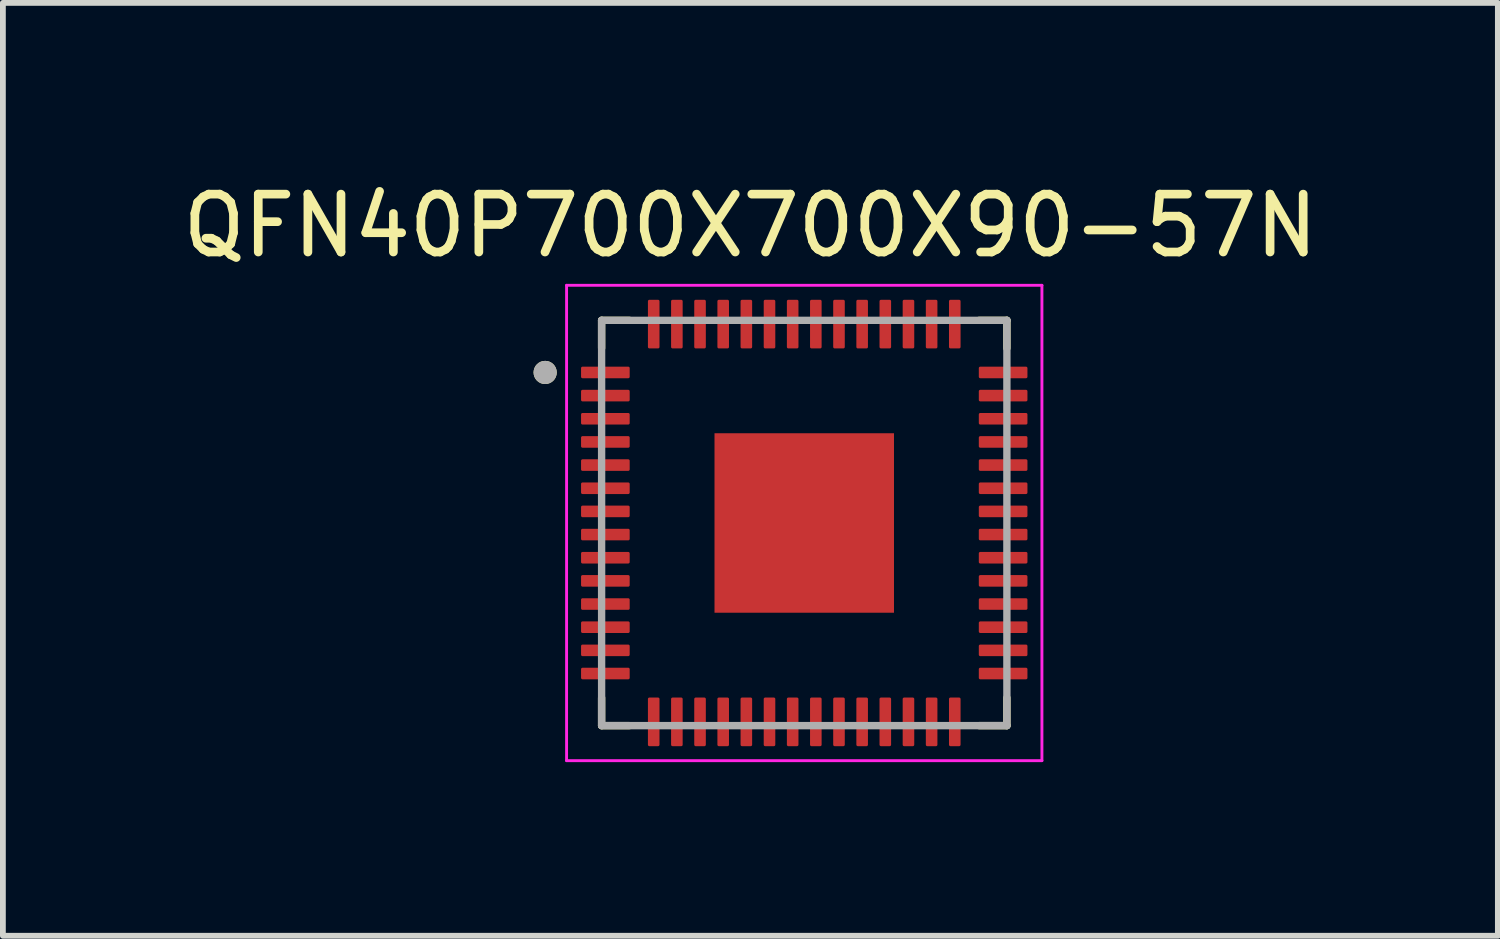
<source format=kicad_pcb>
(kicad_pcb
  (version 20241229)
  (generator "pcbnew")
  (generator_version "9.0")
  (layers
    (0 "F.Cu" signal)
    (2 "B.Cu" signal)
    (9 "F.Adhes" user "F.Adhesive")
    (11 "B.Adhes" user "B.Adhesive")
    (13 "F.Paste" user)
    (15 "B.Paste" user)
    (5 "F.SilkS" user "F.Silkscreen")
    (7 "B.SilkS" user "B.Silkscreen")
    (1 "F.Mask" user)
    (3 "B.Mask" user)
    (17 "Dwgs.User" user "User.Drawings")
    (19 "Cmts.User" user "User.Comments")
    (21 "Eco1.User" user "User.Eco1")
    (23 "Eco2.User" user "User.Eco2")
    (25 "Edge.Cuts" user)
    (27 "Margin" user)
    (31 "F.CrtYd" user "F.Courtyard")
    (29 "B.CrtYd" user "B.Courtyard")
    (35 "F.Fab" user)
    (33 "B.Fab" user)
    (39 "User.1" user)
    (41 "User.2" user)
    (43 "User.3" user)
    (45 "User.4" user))
  (footprint "QFN40P700X700X90-57N"
    (layer "F.Cu")
    (at 10.841 5.983)
    (property "Reference" "QFN40P700X700X90-57N" (at -0.93 -5.135 0) (layer "F.SilkS") (effects (font (size 1 1) (thickness 0.15))))
    (attr smd)
    (fp_line (start -3.5 -3.5) (end -3.5 -3.02) (stroke (width 0.127) (type solid)) (layer "F.SilkS"))
    (fp_line (start -3.5 -3.5) (end -3.02 -3.5) (stroke (width 0.127) (type solid)) (layer "F.SilkS"))
    (fp_line (start -3.5 3.5) (end -3.5 3.02) (stroke (width 0.127) (type solid)) (layer "F.SilkS"))
    (fp_line (start -3.5 3.5) (end -3.02 3.5) (stroke (width 0.127) (type solid)) (layer "F.SilkS"))
    (fp_line (start 3.5 -3.5) (end 3.02 -3.5) (stroke (width 0.127) (type solid)) (layer "F.SilkS"))
    (fp_line (start 3.5 -3.5) (end 3.5 -3.02) (stroke (width 0.127) (type solid)) (layer "F.SilkS"))
    (fp_line (start 3.5 3.5) (end 3.02 3.5) (stroke (width 0.127) (type solid)) (layer "F.SilkS"))
    (fp_line (start 3.5 3.5) (end 3.5 3.02) (stroke (width 0.127) (type solid)) (layer "F.SilkS"))
    (fp_circle (center -4.475 -2.6) (end -4.375 -2.6) (stroke (width 0.2) (type solid)) (fill no) (layer "F.SilkS"))
    (fp_poly (pts (xy -0.98 -0.98) (xy 0.98 -0.98) (xy 0.98 0.98) (xy -0.98 0.98)) (stroke (width 0.01) (type solid)) (fill yes) (layer "F.Paste"))
    (fp_line (start -4.105 -4.105) (end 4.105 -4.105) (stroke (width 0.05) (type solid)) (layer "F.CrtYd"))
    (fp_line (start -4.105 4.105) (end -4.105 -4.105) (stroke (width 0.05) (type solid)) (layer "F.CrtYd"))
    (fp_line (start -4.105 4.105) (end 4.105 4.105) (stroke (width 0.05) (type solid)) (layer "F.CrtYd"))
    (fp_line (start 4.105 4.105) (end 4.105 -4.105) (stroke (width 0.05) (type solid)) (layer "F.CrtYd"))
    (fp_line (start -3.5 3.5) (end -3.5 -3.5) (stroke (width 0.127) (type solid)) (layer "F.Fab"))
    (fp_line (start 3.5 -3.5) (end -3.5 -3.5) (stroke (width 0.127) (type solid)) (layer "F.Fab"))
    (fp_line (start 3.5 3.5) (end -3.5 3.5) (stroke (width 0.127) (type solid)) (layer "F.Fab"))
    (fp_line (start 3.5 3.5) (end 3.5 -3.5) (stroke (width 0.127) (type solid)) (layer "F.Fab"))
    (fp_circle (center -4.475 -2.6) (end -4.375 -2.6) (stroke (width 0.2) (type solid)) (fill no) (layer "F.Fab"))
    (pad "1" smd roundrect (at -3.435 -2.6) (size 0.84 0.2) (layers "F.Cu" "F.Mask" "F.Paste") (roundrect_rratio 0.125))
    (pad "2" smd roundrect (at -3.435 -2.2) (size 0.84 0.2) (layers "F.Cu" "F.Mask" "F.Paste") (roundrect_rratio 0.125))
    (pad "3" smd roundrect (at -3.435 -1.8) (size 0.84 0.2) (layers "F.Cu" "F.Mask" "F.Paste") (roundrect_rratio 0.125))
    (pad "4" smd roundrect (at -3.435 -1.4) (size 0.84 0.2) (layers "F.Cu" "F.Mask" "F.Paste") (roundrect_rratio 0.125))
    (pad "5" smd roundrect (at -3.435 -1) (size 0.84 0.2) (layers "F.Cu" "F.Mask" "F.Paste") (roundrect_rratio 0.125))
    (pad "6" smd roundrect (at -3.435 -0.6) (size 0.84 0.2) (layers "F.Cu" "F.Mask" "F.Paste") (roundrect_rratio 0.125))
    (pad "7" smd roundrect (at -3.435 -0.2) (size 0.84 0.2) (layers "F.Cu" "F.Mask" "F.Paste") (roundrect_rratio 0.125))
    (pad "8" smd roundrect (at -3.435 0.2) (size 0.84 0.2) (layers "F.Cu" "F.Mask" "F.Paste") (roundrect_rratio 0.125))
    (pad "9" smd roundrect (at -3.435 0.6) (size 0.84 0.2) (layers "F.Cu" "F.Mask" "F.Paste") (roundrect_rratio 0.125))
    (pad "10" smd roundrect (at -3.435 1) (size 0.84 0.2) (layers "F.Cu" "F.Mask" "F.Paste") (roundrect_rratio 0.125))
    (pad "11" smd roundrect (at -3.435 1.4) (size 0.84 0.2) (layers "F.Cu" "F.Mask" "F.Paste") (roundrect_rratio 0.125))
    (pad "12" smd roundrect (at -3.435 1.8) (size 0.84 0.2) (layers "F.Cu" "F.Mask" "F.Paste") (roundrect_rratio 0.125))
    (pad "13" smd roundrect (at -3.435 2.2) (size 0.84 0.2) (layers "F.Cu" "F.Mask" "F.Paste") (roundrect_rratio 0.125))
    (pad "14" smd roundrect (at -3.435 2.6) (size 0.84 0.2) (layers "F.Cu" "F.Mask" "F.Paste") (roundrect_rratio 0.125))
    (pad "15" smd roundrect (at -2.6 3.435) (size 0.2 0.84) (layers "F.Cu" "F.Mask" "F.Paste") (roundrect_rratio 0.125))
    (pad "16" smd roundrect (at -2.2 3.435) (size 0.2 0.84) (layers "F.Cu" "F.Mask" "F.Paste") (roundrect_rratio 0.125))
    (pad "17" smd roundrect (at -1.8 3.435) (size 0.2 0.84) (layers "F.Cu" "F.Mask" "F.Paste") (roundrect_rratio 0.125))
    (pad "18" smd roundrect (at -1.4 3.435) (size 0.2 0.84) (layers "F.Cu" "F.Mask" "F.Paste") (roundrect_rratio 0.125))
    (pad "19" smd roundrect (at -1 3.435) (size 0.2 0.84) (layers "F.Cu" "F.Mask" "F.Paste") (roundrect_rratio 0.125))
    (pad "20" smd roundrect (at -0.6 3.435) (size 0.2 0.84) (layers "F.Cu" "F.Mask" "F.Paste") (roundrect_rratio 0.125))
    (pad "21" smd roundrect (at -0.2 3.435) (size 0.2 0.84) (layers "F.Cu" "F.Mask" "F.Paste") (roundrect_rratio 0.125))
    (pad "22" smd roundrect (at 0.2 3.435) (size 0.2 0.84) (layers "F.Cu" "F.Mask" "F.Paste") (roundrect_rratio 0.125))
    (pad "23" smd roundrect (at 0.6 3.435) (size 0.2 0.84) (layers "F.Cu" "F.Mask" "F.Paste") (roundrect_rratio 0.125))
    (pad "24" smd roundrect (at 1 3.435) (size 0.2 0.84) (layers "F.Cu" "F.Mask" "F.Paste") (roundrect_rratio 0.125))
    (pad "25" smd roundrect (at 1.4 3.435) (size 0.2 0.84) (layers "F.Cu" "F.Mask" "F.Paste") (roundrect_rratio 0.125))
    (pad "26" smd roundrect (at 1.8 3.435) (size 0.2 0.84) (layers "F.Cu" "F.Mask" "F.Paste") (roundrect_rratio 0.125))
    (pad "27" smd roundrect (at 2.2 3.435) (size 0.2 0.84) (layers "F.Cu" "F.Mask" "F.Paste") (roundrect_rratio 0.125))
    (pad "28" smd roundrect (at 2.6 3.435) (size 0.2 0.84) (layers "F.Cu" "F.Mask" "F.Paste") (roundrect_rratio 0.125))
    (pad "29" smd roundrect (at 3.435 2.6) (size 0.84 0.2) (layers "F.Cu" "F.Mask" "F.Paste") (roundrect_rratio 0.125))
    (pad "30" smd roundrect (at 3.435 2.2) (size 0.84 0.2) (layers "F.Cu" "F.Mask" "F.Paste") (roundrect_rratio 0.125))
    (pad "31" smd roundrect (at 3.435 1.8) (size 0.84 0.2) (layers "F.Cu" "F.Mask" "F.Paste") (roundrect_rratio 0.125))
    (pad "32" smd roundrect (at 3.435 1.4) (size 0.84 0.2) (layers "F.Cu" "F.Mask" "F.Paste") (roundrect_rratio 0.125))
    (pad "33" smd roundrect (at 3.435 1) (size 0.84 0.2) (layers "F.Cu" "F.Mask" "F.Paste") (roundrect_rratio 0.125))
    (pad "34" smd roundrect (at 3.435 0.6) (size 0.84 0.2) (layers "F.Cu" "F.Mask" "F.Paste") (roundrect_rratio 0.125))
    (pad "35" smd roundrect (at 3.435 0.2) (size 0.84 0.2) (layers "F.Cu" "F.Mask" "F.Paste") (roundrect_rratio 0.125))
    (pad "36" smd roundrect (at 3.435 -0.2) (size 0.84 0.2) (layers "F.Cu" "F.Mask" "F.Paste") (roundrect_rratio 0.125))
    (pad "37" smd roundrect (at 3.435 -0.6) (size 0.84 0.2) (layers "F.Cu" "F.Mask" "F.Paste") (roundrect_rratio 0.125))
    (pad "38" smd roundrect (at 3.435 -1) (size 0.84 0.2) (layers "F.Cu" "F.Mask" "F.Paste") (roundrect_rratio 0.125))
    (pad "39" smd roundrect (at 3.435 -1.4) (size 0.84 0.2) (layers "F.Cu" "F.Mask" "F.Paste") (roundrect_rratio 0.125))
    (pad "40" smd roundrect (at 3.435 -1.8) (size 0.84 0.2) (layers "F.Cu" "F.Mask" "F.Paste") (roundrect_rratio 0.125))
    (pad "41" smd roundrect (at 3.435 -2.2) (size 0.84 0.2) (layers "F.Cu" "F.Mask" "F.Paste") (roundrect_rratio 0.125))
    (pad "42" smd roundrect (at 3.435 -2.6) (size 0.84 0.2) (layers "F.Cu" "F.Mask" "F.Paste") (roundrect_rratio 0.125))
    (pad "43" smd roundrect (at 2.6 -3.435) (size 0.2 0.84) (layers "F.Cu" "F.Mask" "F.Paste") (roundrect_rratio 0.125))
    (pad "44" smd roundrect (at 2.2 -3.435) (size 0.2 0.84) (layers "F.Cu" "F.Mask" "F.Paste") (roundrect_rratio 0.125))
    (pad "45" smd roundrect (at 1.8 -3.435) (size 0.2 0.84) (layers "F.Cu" "F.Mask" "F.Paste") (roundrect_rratio 0.125))
    (pad "46" smd roundrect (at 1.4 -3.435) (size 0.2 0.84) (layers "F.Cu" "F.Mask" "F.Paste") (roundrect_rratio 0.125))
    (pad "47" smd roundrect (at 1 -3.435) (size 0.2 0.84) (layers "F.Cu" "F.Mask" "F.Paste") (roundrect_rratio 0.125))
    (pad "48" smd roundrect (at 0.6 -3.435) (size 0.2 0.84) (layers "F.Cu" "F.Mask" "F.Paste") (roundrect_rratio 0.125))
    (pad "49" smd roundrect (at 0.2 -3.435) (size 0.2 0.84) (layers "F.Cu" "F.Mask" "F.Paste") (roundrect_rratio 0.125))
    (pad "50" smd roundrect (at -0.2 -3.435) (size 0.2 0.84) (layers "F.Cu" "F.Mask" "F.Paste") (roundrect_rratio 0.125))
    (pad "51" smd roundrect (at -0.6 -3.435) (size 0.2 0.84) (layers "F.Cu" "F.Mask" "F.Paste") (roundrect_rratio 0.125))
    (pad "52" smd roundrect (at -1 -3.435) (size 0.2 0.84) (layers "F.Cu" "F.Mask" "F.Paste") (roundrect_rratio 0.125))
    (pad "53" smd roundrect (at -1.4 -3.435) (size 0.2 0.84) (layers "F.Cu" "F.Mask" "F.Paste") (roundrect_rratio 0.125))
    (pad "54" smd roundrect (at -1.8 -3.435) (size 0.2 0.84) (layers "F.Cu" "F.Mask" "F.Paste") (roundrect_rratio 0.125))
    (pad "55" smd roundrect (at -2.2 -3.435) (size 0.2 0.84) (layers "F.Cu" "F.Mask" "F.Paste") (roundrect_rratio 0.125))
    (pad "56" smd roundrect (at -2.6 -3.435) (size 0.2 0.84) (layers "F.Cu" "F.Mask" "F.Paste") (roundrect_rratio 0.125))
    (pad "57" smd rect (at 0 0) (size 3.1 3.1) (layers "F.Cu" "F.Mask")))
  (gr_rect
    (start -3 -3)
    (end 22.821 13.113)
    (stroke (width 0.1) (type default))
    (fill no)
    (layer "Edge.Cuts")))
</source>
